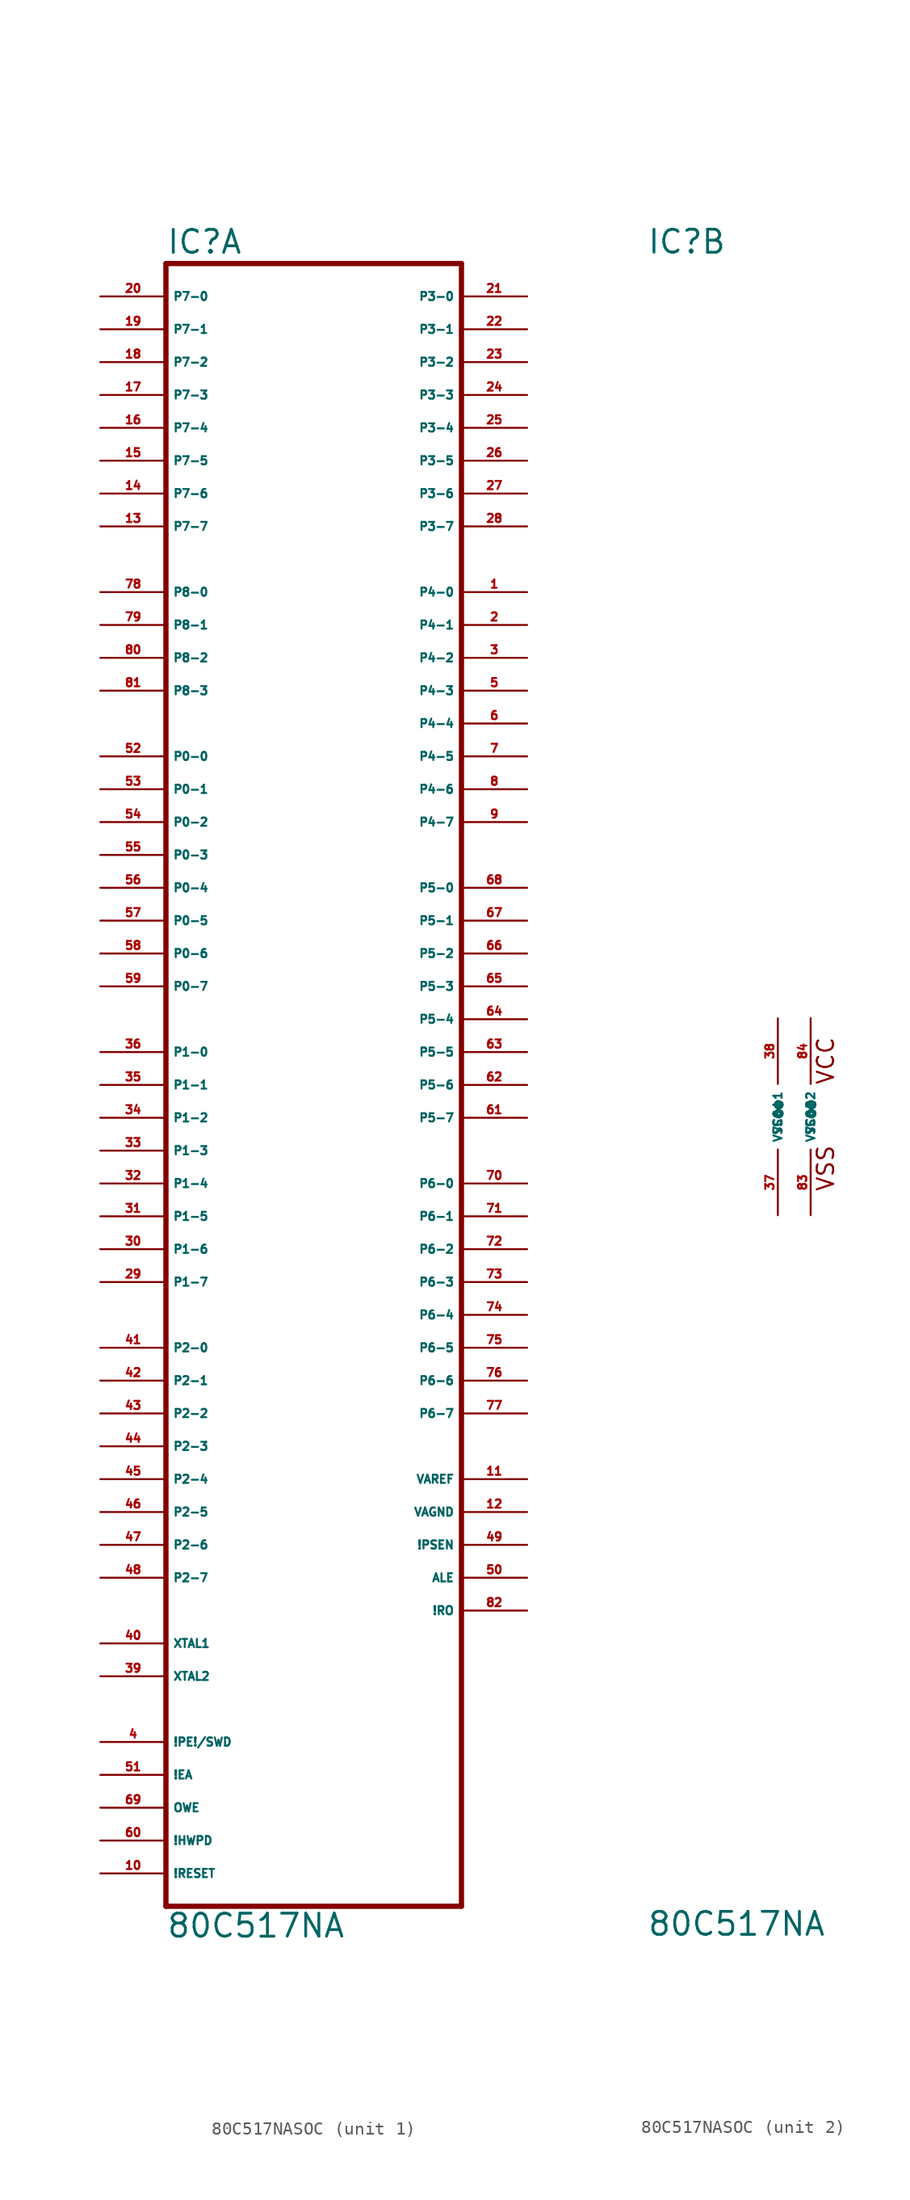
<source format=kicad_sym>
(kicad_symbol_lib
  (version 20220914)
  (generator Eagle2Kicad)
  (symbol "80C517NASOC"
    (property "Reference" "IC"
      (at -12.7 66.675 0)
      (effects (font (size 1.778 1.778) (thickness 0.22)) (justify left bottom)))
    (property "Value" "80C517NA"
      (at -12.7 -63.5 0)
      (effects (font (size 1.778 1.778) (thickness 0.22)) (justify left bottom)))
    (symbol "80C517NASOC_1_0"
      (polyline (pts (xy -12.7 -60.96) (xy 10.16 -60.96)) (stroke (width 0.406) (type default)) (fill (type none)))
      (polyline (pts (xy 10.16 -60.96) (xy 10.16 66.04)) (stroke (width 0.406) (type default)) (fill (type none)))
      (polyline (pts (xy 10.16 66.04) (xy -12.7 66.04)) (stroke (width 0.406) (type default)) (fill (type none)))
      (polyline (pts (xy -12.7 66.04) (xy -12.7 -60.96)) (stroke (width 0.406) (type default)) (fill (type none)))
      (pin input line (at -17.78 63.5 0) (length 5.08) (name "P7-0" (effects (font (size 0.635 0.635) (thickness 0.08)) (justify left bottom))) (number "20" (effects (font (size 0.635 0.635) (thickness 0.08)) (justify left bottom))))
      (pin input line (at -17.78 60.96 0) (length 5.08) (name "P7-1" (effects (font (size 0.635 0.635) (thickness 0.08)) (justify left bottom))) (number "19" (effects (font (size 0.635 0.635) (thickness 0.08)) (justify left bottom))))
      (pin input line (at -17.78 58.42 0) (length 5.08) (name "P7-2" (effects (font (size 0.635 0.635) (thickness 0.08)) (justify left bottom))) (number "18" (effects (font (size 0.635 0.635) (thickness 0.08)) (justify left bottom))))
      (pin input line (at -17.78 55.88 0) (length 5.08) (name "P7-3" (effects (font (size 0.635 0.635) (thickness 0.08)) (justify left bottom))) (number "17" (effects (font (size 0.635 0.635) (thickness 0.08)) (justify left bottom))))
      (pin input line (at -17.78 53.34 0) (length 5.08) (name "P7-4" (effects (font (size 0.635 0.635) (thickness 0.08)) (justify left bottom))) (number "16" (effects (font (size 0.635 0.635) (thickness 0.08)) (justify left bottom))))
      (pin input line (at -17.78 50.8 0) (length 5.08) (name "P7-5" (effects (font (size 0.635 0.635) (thickness 0.08)) (justify left bottom))) (number "15" (effects (font (size 0.635 0.635) (thickness 0.08)) (justify left bottom))))
      (pin input line (at -17.78 48.26 0) (length 5.08) (name "P7-6" (effects (font (size 0.635 0.635) (thickness 0.08)) (justify left bottom))) (number "14" (effects (font (size 0.635 0.635) (thickness 0.08)) (justify left bottom))))
      (pin input line (at -17.78 45.72 0) (length 5.08) (name "P7-7" (effects (font (size 0.635 0.635) (thickness 0.08)) (justify left bottom))) (number "13" (effects (font (size 0.635 0.635) (thickness 0.08)) (justify left bottom))))
      (pin bidirectional line (at -17.78 5.08 0) (length 5.08) (name "P1-0" (effects (font (size 0.635 0.635) (thickness 0.08)) (justify left bottom))) (number "36" (effects (font (size 0.635 0.635) (thickness 0.08)) (justify left bottom))))
      (pin bidirectional line (at -17.78 0 0) (length 5.08) (name "P1-2" (effects (font (size 0.635 0.635) (thickness 0.08)) (justify left bottom))) (number "34" (effects (font (size 0.635 0.635) (thickness 0.08)) (justify left bottom))))
      (pin bidirectional line (at -17.78 -2.54 0) (length 5.08) (name "P1-3" (effects (font (size 0.635 0.635) (thickness 0.08)) (justify left bottom))) (number "33" (effects (font (size 0.635 0.635) (thickness 0.08)) (justify left bottom))))
      (pin bidirectional line (at -17.78 -5.08 0) (length 5.08) (name "P1-4" (effects (font (size 0.635 0.635) (thickness 0.08)) (justify left bottom))) (number "32" (effects (font (size 0.635 0.635) (thickness 0.08)) (justify left bottom))))
      (pin bidirectional line (at -17.78 -7.62 0) (length 5.08) (name "P1-5" (effects (font (size 0.635 0.635) (thickness 0.08)) (justify left bottom))) (number "31" (effects (font (size 0.635 0.635) (thickness 0.08)) (justify left bottom))))
      (pin bidirectional line (at -17.78 -10.16 0) (length 5.08) (name "P1-6" (effects (font (size 0.635 0.635) (thickness 0.08)) (justify left bottom))) (number "30" (effects (font (size 0.635 0.635) (thickness 0.08)) (justify left bottom))))
      (pin bidirectional line (at -17.78 -12.7 0) (length 5.08) (name "P1-7" (effects (font (size 0.635 0.635) (thickness 0.08)) (justify left bottom))) (number "29" (effects (font (size 0.635 0.635) (thickness 0.08)) (justify left bottom))))
      (pin bidirectional line (at -17.78 -17.78 0) (length 5.08) (name "P2-0" (effects (font (size 0.635 0.635) (thickness 0.08)) (justify left bottom))) (number "41" (effects (font (size 0.635 0.635) (thickness 0.08)) (justify left bottom))))
      (pin bidirectional line (at -17.78 -20.32 0) (length 5.08) (name "P2-1" (effects (font (size 0.635 0.635) (thickness 0.08)) (justify left bottom))) (number "42" (effects (font (size 0.635 0.635) (thickness 0.08)) (justify left bottom))))
      (pin bidirectional line (at -17.78 -22.86 0) (length 5.08) (name "P2-2" (effects (font (size 0.635 0.635) (thickness 0.08)) (justify left bottom))) (number "43" (effects (font (size 0.635 0.635) (thickness 0.08)) (justify left bottom))))
      (pin bidirectional line (at -17.78 -25.4 0) (length 5.08) (name "P2-3" (effects (font (size 0.635 0.635) (thickness 0.08)) (justify left bottom))) (number "44" (effects (font (size 0.635 0.635) (thickness 0.08)) (justify left bottom))))
      (pin bidirectional line (at -17.78 -27.94 0) (length 5.08) (name "P2-4" (effects (font (size 0.635 0.635) (thickness 0.08)) (justify left bottom))) (number "45" (effects (font (size 0.635 0.635) (thickness 0.08)) (justify left bottom))))
      (pin bidirectional line (at -17.78 -30.48 0) (length 5.08) (name "P2-5" (effects (font (size 0.635 0.635) (thickness 0.08)) (justify left bottom))) (number "46" (effects (font (size 0.635 0.635) (thickness 0.08)) (justify left bottom))))
      (pin bidirectional line (at -17.78 -33.02 0) (length 5.08) (name "P2-6" (effects (font (size 0.635 0.635) (thickness 0.08)) (justify left bottom))) (number "47" (effects (font (size 0.635 0.635) (thickness 0.08)) (justify left bottom))))
      (pin bidirectional line (at -17.78 -35.56 0) (length 5.08) (name "P2-7" (effects (font (size 0.635 0.635) (thickness 0.08)) (justify left bottom))) (number "48" (effects (font (size 0.635 0.635) (thickness 0.08)) (justify left bottom))))
      (pin bidirectional line (at 15.24 63.5 180) (length 5.08) (name "P3-0" (effects (font (size 0.635 0.635) (thickness 0.08)) (justify left bottom))) (number "21" (effects (font (size 0.635 0.635) (thickness 0.08)) (justify left bottom))))
      (pin bidirectional line (at 15.24 60.96 180) (length 5.08) (name "P3-1" (effects (font (size 0.635 0.635) (thickness 0.08)) (justify left bottom))) (number "22" (effects (font (size 0.635 0.635) (thickness 0.08)) (justify left bottom))))
      (pin bidirectional line (at 15.24 58.42 180) (length 5.08) (name "P3-2" (effects (font (size 0.635 0.635) (thickness 0.08)) (justify left bottom))) (number "23" (effects (font (size 0.635 0.635) (thickness 0.08)) (justify left bottom))))
      (pin bidirectional line (at 15.24 55.88 180) (length 5.08) (name "P3-3" (effects (font (size 0.635 0.635) (thickness 0.08)) (justify left bottom))) (number "24" (effects (font (size 0.635 0.635) (thickness 0.08)) (justify left bottom))))
      (pin bidirectional line (at 15.24 53.34 180) (length 5.08) (name "P3-4" (effects (font (size 0.635 0.635) (thickness 0.08)) (justify left bottom))) (number "25" (effects (font (size 0.635 0.635) (thickness 0.08)) (justify left bottom))))
      (pin bidirectional line (at 15.24 50.8 180) (length 5.08) (name "P3-5" (effects (font (size 0.635 0.635) (thickness 0.08)) (justify left bottom))) (number "26" (effects (font (size 0.635 0.635) (thickness 0.08)) (justify left bottom))))
      (pin bidirectional line (at 15.24 48.26 180) (length 5.08) (name "P3-6" (effects (font (size 0.635 0.635) (thickness 0.08)) (justify left bottom))) (number "27" (effects (font (size 0.635 0.635) (thickness 0.08)) (justify left bottom))))
      (pin bidirectional line (at 15.24 45.72 180) (length 5.08) (name "P3-7" (effects (font (size 0.635 0.635) (thickness 0.08)) (justify left bottom))) (number "28" (effects (font (size 0.635 0.635) (thickness 0.08)) (justify left bottom))))
      (pin bidirectional line (at -17.78 2.54 0) (length 5.08) (name "P1-1" (effects (font (size 0.635 0.635) (thickness 0.08)) (justify left bottom))) (number "35" (effects (font (size 0.635 0.635) (thickness 0.08)) (justify left bottom))))
      (pin bidirectional line (at 15.24 40.64 180) (length 5.08) (name "P4-0" (effects (font (size 0.635 0.635) (thickness 0.08)) (justify left bottom))) (number "1" (effects (font (size 0.635 0.635) (thickness 0.08)) (justify left bottom))))
      (pin bidirectional line (at 15.24 38.1 180) (length 5.08) (name "P4-1" (effects (font (size 0.635 0.635) (thickness 0.08)) (justify left bottom))) (number "2" (effects (font (size 0.635 0.635) (thickness 0.08)) (justify left bottom))))
      (pin bidirectional line (at 15.24 35.56 180) (length 5.08) (name "P4-2" (effects (font (size 0.635 0.635) (thickness 0.08)) (justify left bottom))) (number "3" (effects (font (size 0.635 0.635) (thickness 0.08)) (justify left bottom))))
      (pin bidirectional line (at 15.24 33.02 180) (length 5.08) (name "P4-3" (effects (font (size 0.635 0.635) (thickness 0.08)) (justify left bottom))) (number "5" (effects (font (size 0.635 0.635) (thickness 0.08)) (justify left bottom))))
      (pin bidirectional line (at 15.24 30.48 180) (length 5.08) (name "P4-4" (effects (font (size 0.635 0.635) (thickness 0.08)) (justify left bottom))) (number "6" (effects (font (size 0.635 0.635) (thickness 0.08)) (justify left bottom))))
      (pin bidirectional line (at 15.24 27.94 180) (length 5.08) (name "P4-5" (effects (font (size 0.635 0.635) (thickness 0.08)) (justify left bottom))) (number "7" (effects (font (size 0.635 0.635) (thickness 0.08)) (justify left bottom))))
      (pin bidirectional line (at 15.24 25.4 180) (length 5.08) (name "P4-6" (effects (font (size 0.635 0.635) (thickness 0.08)) (justify left bottom))) (number "8" (effects (font (size 0.635 0.635) (thickness 0.08)) (justify left bottom))))
      (pin bidirectional line (at 15.24 22.86 180) (length 5.08) (name "P4-7" (effects (font (size 0.635 0.635) (thickness 0.08)) (justify left bottom))) (number "9" (effects (font (size 0.635 0.635) (thickness 0.08)) (justify left bottom))))
      (pin bidirectional line (at -17.78 27.94 0) (length 5.08) (name "P0-0" (effects (font (size 0.635 0.635) (thickness 0.08)) (justify left bottom))) (number "52" (effects (font (size 0.635 0.635) (thickness 0.08)) (justify left bottom))))
      (pin bidirectional line (at -17.78 25.4 0) (length 5.08) (name "P0-1" (effects (font (size 0.635 0.635) (thickness 0.08)) (justify left bottom))) (number "53" (effects (font (size 0.635 0.635) (thickness 0.08)) (justify left bottom))))
      (pin bidirectional line (at -17.78 22.86 0) (length 5.08) (name "P0-2" (effects (font (size 0.635 0.635) (thickness 0.08)) (justify left bottom))) (number "54" (effects (font (size 0.635 0.635) (thickness 0.08)) (justify left bottom))))
      (pin bidirectional line (at -17.78 20.32 0) (length 5.08) (name "P0-3" (effects (font (size 0.635 0.635) (thickness 0.08)) (justify left bottom))) (number "55" (effects (font (size 0.635 0.635) (thickness 0.08)) (justify left bottom))))
      (pin bidirectional line (at -17.78 17.78 0) (length 5.08) (name "P0-4" (effects (font (size 0.635 0.635) (thickness 0.08)) (justify left bottom))) (number "56" (effects (font (size 0.635 0.635) (thickness 0.08)) (justify left bottom))))
      (pin bidirectional line (at -17.78 15.24 0) (length 5.08) (name "P0-5" (effects (font (size 0.635 0.635) (thickness 0.08)) (justify left bottom))) (number "57" (effects (font (size 0.635 0.635) (thickness 0.08)) (justify left bottom))))
      (pin bidirectional line (at -17.78 12.7 0) (length 5.08) (name "P0-6" (effects (font (size 0.635 0.635) (thickness 0.08)) (justify left bottom))) (number "58" (effects (font (size 0.635 0.635) (thickness 0.08)) (justify left bottom))))
      (pin bidirectional line (at -17.78 10.16 0) (length 5.08) (name "P0-7" (effects (font (size 0.635 0.635) (thickness 0.08)) (justify left bottom))) (number "59" (effects (font (size 0.635 0.635) (thickness 0.08)) (justify left bottom))))
      (pin bidirectional line (at 15.24 17.78 180) (length 5.08) (name "P5-0" (effects (font (size 0.635 0.635) (thickness 0.08)) (justify left bottom))) (number "68" (effects (font (size 0.635 0.635) (thickness 0.08)) (justify left bottom))))
      (pin bidirectional line (at 15.24 15.24 180) (length 5.08) (name "P5-1" (effects (font (size 0.635 0.635) (thickness 0.08)) (justify left bottom))) (number "67" (effects (font (size 0.635 0.635) (thickness 0.08)) (justify left bottom))))
      (pin bidirectional line (at 15.24 12.7 180) (length 5.08) (name "P5-2" (effects (font (size 0.635 0.635) (thickness 0.08)) (justify left bottom))) (number "66" (effects (font (size 0.635 0.635) (thickness 0.08)) (justify left bottom))))
      (pin bidirectional line (at 15.24 10.16 180) (length 5.08) (name "P5-3" (effects (font (size 0.635 0.635) (thickness 0.08)) (justify left bottom))) (number "65" (effects (font (size 0.635 0.635) (thickness 0.08)) (justify left bottom))))
      (pin bidirectional line (at 15.24 7.62 180) (length 5.08) (name "P5-4" (effects (font (size 0.635 0.635) (thickness 0.08)) (justify left bottom))) (number "64" (effects (font (size 0.635 0.635) (thickness 0.08)) (justify left bottom))))
      (pin bidirectional line (at 15.24 5.08 180) (length 5.08) (name "P5-5" (effects (font (size 0.635 0.635) (thickness 0.08)) (justify left bottom))) (number "63" (effects (font (size 0.635 0.635) (thickness 0.08)) (justify left bottom))))
      (pin bidirectional line (at 15.24 2.54 180) (length 5.08) (name "P5-6" (effects (font (size 0.635 0.635) (thickness 0.08)) (justify left bottom))) (number "62" (effects (font (size 0.635 0.635) (thickness 0.08)) (justify left bottom))))
      (pin bidirectional line (at 15.24 0 180) (length 5.08) (name "P5-7" (effects (font (size 0.635 0.635) (thickness 0.08)) (justify left bottom))) (number "61" (effects (font (size 0.635 0.635) (thickness 0.08)) (justify left bottom))))
      (pin bidirectional line (at 15.24 -5.08 180) (length 5.08) (name "P6-0" (effects (font (size 0.635 0.635) (thickness 0.08)) (justify left bottom))) (number "70" (effects (font (size 0.635 0.635) (thickness 0.08)) (justify left bottom))))
      (pin bidirectional line (at 15.24 -7.62 180) (length 5.08) (name "P6-1" (effects (font (size 0.635 0.635) (thickness 0.08)) (justify left bottom))) (number "71" (effects (font (size 0.635 0.635) (thickness 0.08)) (justify left bottom))))
      (pin bidirectional line (at 15.24 -10.16 180) (length 5.08) (name "P6-2" (effects (font (size 0.635 0.635) (thickness 0.08)) (justify left bottom))) (number "72" (effects (font (size 0.635 0.635) (thickness 0.08)) (justify left bottom))))
      (pin bidirectional line (at 15.24 -12.7 180) (length 5.08) (name "P6-3" (effects (font (size 0.635 0.635) (thickness 0.08)) (justify left bottom))) (number "73" (effects (font (size 0.635 0.635) (thickness 0.08)) (justify left bottom))))
      (pin bidirectional line (at 15.24 -15.24 180) (length 5.08) (name "P6-4" (effects (font (size 0.635 0.635) (thickness 0.08)) (justify left bottom))) (number "74" (effects (font (size 0.635 0.635) (thickness 0.08)) (justify left bottom))))
      (pin bidirectional line (at 15.24 -17.78 180) (length 5.08) (name "P6-5" (effects (font (size 0.635 0.635) (thickness 0.08)) (justify left bottom))) (number "75" (effects (font (size 0.635 0.635) (thickness 0.08)) (justify left bottom))))
      (pin bidirectional line (at 15.24 -20.32 180) (length 5.08) (name "P6-6" (effects (font (size 0.635 0.635) (thickness 0.08)) (justify left bottom))) (number "76" (effects (font (size 0.635 0.635) (thickness 0.08)) (justify left bottom))))
      (pin bidirectional line (at 15.24 -22.86 180) (length 5.08) (name "P6-7" (effects (font (size 0.635 0.635) (thickness 0.08)) (justify left bottom))) (number "77" (effects (font (size 0.635 0.635) (thickness 0.08)) (justify left bottom))))
      (pin input line (at -17.78 40.64 0) (length 5.08) (name "P8-0" (effects (font (size 0.635 0.635) (thickness 0.08)) (justify left bottom))) (number "78" (effects (font (size 0.635 0.635) (thickness 0.08)) (justify left bottom))))
      (pin input line (at -17.78 38.1 0) (length 5.08) (name "P8-1" (effects (font (size 0.635 0.635) (thickness 0.08)) (justify left bottom))) (number "79" (effects (font (size 0.635 0.635) (thickness 0.08)) (justify left bottom))))
      (pin input line (at -17.78 35.56 0) (length 5.08) (name "P8-2" (effects (font (size 0.635 0.635) (thickness 0.08)) (justify left bottom))) (number "80" (effects (font (size 0.635 0.635) (thickness 0.08)) (justify left bottom))))
      (pin input line (at -17.78 33.02 0) (length 5.08) (name "P8-3" (effects (font (size 0.635 0.635) (thickness 0.08)) (justify left bottom))) (number "81" (effects (font (size 0.635 0.635) (thickness 0.08)) (justify left bottom))))
      (pin input line (at -17.78 -48.26 0) (length 5.08) (name "!PE!/SWD" (effects (font (size 0.635 0.635) (thickness 0.08)) (justify left bottom))) (number "4" (effects (font (size 0.635 0.635) (thickness 0.08)) (justify left bottom))))
      (pin input line (at -17.78 -58.42 0) (length 5.08) (name "!RESET" (effects (font (size 0.635 0.635) (thickness 0.08)) (justify left bottom))) (number "10" (effects (font (size 0.635 0.635) (thickness 0.08)) (justify left bottom))))
      (pin passive line (at 15.24 -27.94 180) (length 5.08) (name "VAREF" (effects (font (size 0.635 0.635) (thickness 0.08)) (justify left bottom))) (number "11" (effects (font (size 0.635 0.635) (thickness 0.08)) (justify left bottom))))
      (pin passive line (at 15.24 -30.48 180) (length 5.08) (name "VAGND" (effects (font (size 0.635 0.635) (thickness 0.08)) (justify left bottom))) (number "12" (effects (font (size 0.635 0.635) (thickness 0.08)) (justify left bottom))))
      (pin passive line (at -17.78 -40.64 0) (length 5.08) (name "XTAL1" (effects (font (size 0.635 0.635) (thickness 0.08)) (justify left bottom))) (number "40" (effects (font (size 0.635 0.635) (thickness 0.08)) (justify left bottom))))
      (pin passive line (at -17.78 -43.18 0) (length 5.08) (name "XTAL2" (effects (font (size 0.635 0.635) (thickness 0.08)) (justify left bottom))) (number "39" (effects (font (size 0.635 0.635) (thickness 0.08)) (justify left bottom))))
      (pin output line (at 15.24 -33.02 180) (length 5.08) (name "!PSEN" (effects (font (size 0.635 0.635) (thickness 0.08)) (justify left bottom))) (number "49" (effects (font (size 0.635 0.635) (thickness 0.08)) (justify left bottom))))
      (pin output line (at 15.24 -35.56 180) (length 5.08) (name "ALE" (effects (font (size 0.635 0.635) (thickness 0.08)) (justify left bottom))) (number "50" (effects (font (size 0.635 0.635) (thickness 0.08)) (justify left bottom))))
      (pin input line (at -17.78 -50.8 0) (length 5.08) (name "!EA" (effects (font (size 0.635 0.635) (thickness 0.08)) (justify left bottom))) (number "51" (effects (font (size 0.635 0.635) (thickness 0.08)) (justify left bottom))))
      (pin input line (at -17.78 -53.34 0) (length 5.08) (name "OWE" (effects (font (size 0.635 0.635) (thickness 0.08)) (justify left bottom))) (number "69" (effects (font (size 0.635 0.635) (thickness 0.08)) (justify left bottom))))
      (pin output line (at 15.24 -38.1 180) (length 5.08) (name "!RO" (effects (font (size 0.635 0.635) (thickness 0.08)) (justify left bottom))) (number "82" (effects (font (size 0.635 0.635) (thickness 0.08)) (justify left bottom))))
      (pin input line (at -17.78 -55.88 0) (length 5.08) (name "!HWPD" (effects (font (size 0.635 0.635) (thickness 0.08)) (justify left bottom))) (number "60" (effects (font (size 0.635 0.635) (thickness 0.08)) (justify left bottom)))))
    (symbol "80C517NASOC_2_0"
      (text "VSS" (at 1.905 -5.842 900) (effects (font (size 1.27 1.27) (thickness 0.16)) (justify left bottom)))
      (text "VCC" (at 1.905 2.413 900) (effects (font (size 1.27 1.27) (thickness 0.16)) (justify left bottom)))
      (pin unspecified line (at -2.54 7.62 270) (length 5.08) (name "VCC@1" (effects (font (size 0.635 0.635) (thickness 0.08)) (justify left bottom))) (number "38" (effects (font (size 0.635 0.635) (thickness 0.08)) (justify left bottom))))
      (pin unspecified line (at -2.54 -7.62 90) (length 5.08) (name "VSS@1" (effects (font (size 0.635 0.635) (thickness 0.08)) (justify left bottom))) (number "37" (effects (font (size 0.635 0.635) (thickness 0.08)) (justify left bottom))))
      (pin unspecified line (at 0 -7.62 90) (length 5.08) (name "VSS@2" (effects (font (size 0.635 0.635) (thickness 0.08)) (justify left bottom))) (number "83" (effects (font (size 0.635 0.635) (thickness 0.08)) (justify left bottom))))
      (pin unspecified line (at 0 7.62 270) (length 5.08) (name "VCC@2" (effects (font (size 0.635 0.635) (thickness 0.08)) (justify left bottom))) (number "84" (effects (font (size 0.635 0.635) (thickness 0.08)) (justify left bottom)))))))
</source>
